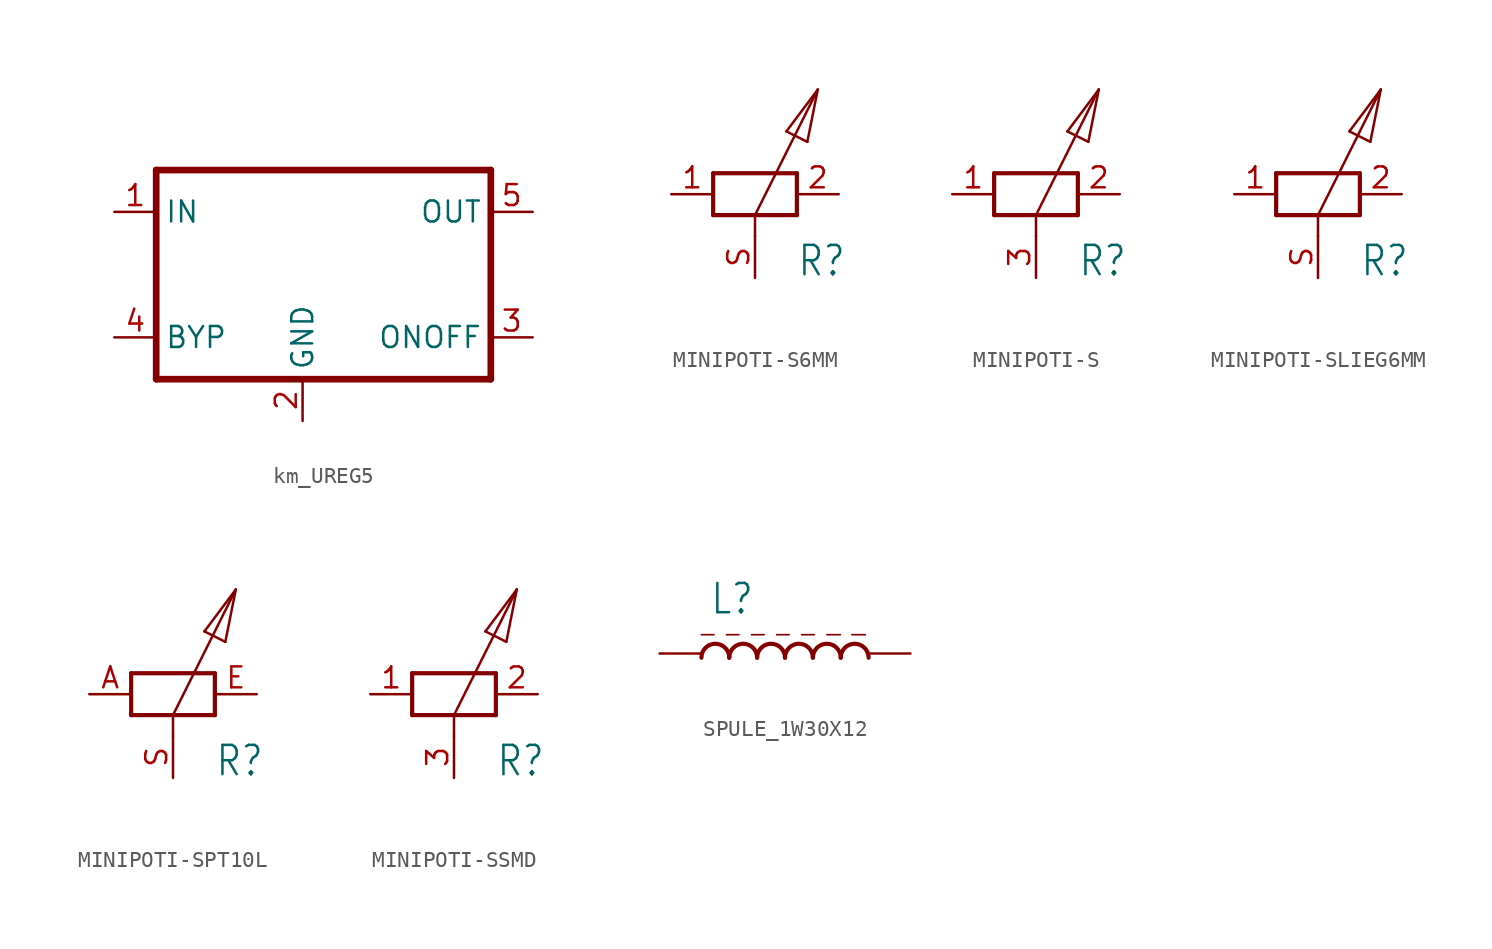
<source format=kicad_sym>
(kicad_symbol_lib
  (version 20231120)
  (generator "kicad_symbol_editor")
  (generator_version "8.0")
  (symbol "km_UREG5"
    (property "Reference" ""
      (at -5.08 8.89 0)
      (effects (font (size 1.778 1.511)) (justify left bottom) (hide yes)))
    (property "Value" ""
      (at -5.08 11.43 0)
      (effects (font (size 1.778 1.511)) (justify left bottom)))
    (property "ki_locked" ""
      (at 0 0 0)
      (effects (font (size 1.27 1.27))))
    (symbol "km_UREG5_1_0"
      (polyline (pts (xy -10.16 -5.08) (xy 10.16 -5.08)) (stroke (width 0.406) (type solid)) (fill (type none)))
      (polyline (pts (xy -10.16 7.62) (xy -10.16 -5.08)) (stroke (width 0.406) (type solid)) (fill (type none)))
      (polyline (pts (xy 10.16 -5.08) (xy 10.16 7.62)) (stroke (width 0.406) (type solid)) (fill (type none)))
      (polyline (pts (xy 10.16 7.62) (xy -10.16 7.62)) (stroke (width 0.406) (type solid)) (fill (type none)))
      (pin input line (at -12.7 5.08 0) (length 2.54) (name "IN" (effects (font (size 1.27 1.27)))) (number "1" (effects (font (size 1.27 1.27)))))
      (pin power_in line (at -1.27 -7.62 90) (length 2.54) (name "GND" (effects (font (size 1.27 1.27)))) (number "2" (effects (font (size 1.27 1.27)))))
      (pin power_in line (at 12.7 -2.54 180) (length 2.54) (name "ONOFF" (effects (font (size 1.27 1.27)))) (number "3" (effects (font (size 1.27 1.27)))))
      (pin power_in line (at -12.7 -2.54 0) (length 2.54) (name "BYP" (effects (font (size 1.27 1.27)))) (number "4" (effects (font (size 1.27 1.27)))))
      (pin output line (at 12.7 5.08 180) (length 2.54) (name "OUT" (effects (font (size 1.27 1.27)))) (number "5" (effects (font (size 1.27 1.27)))))))
  (symbol "MINIPOTI-S6MM"
    (property "Reference" "R"
      (at 2.54 -5.08 0)
      (effects (font (size 1.778 1.511)) (justify left bottom)))
    (property "Value" ""
      (at 2.54 -7.62 0)
      (effects (font (size 1.778 1.511)) (justify left bottom)))
    (property "ki_locked" ""
      (at 0 0 0)
      (effects (font (size 1.27 1.27))))
    (symbol "MINIPOTI-S6MM_1_0"
      (polyline (pts (xy -2.54 -1.27) (xy 0 -1.27)) (stroke (width 0.254) (type solid)) (fill (type none)))
      (polyline (pts (xy -2.54 1.27) (xy -2.54 -1.27)) (stroke (width 0.254) (type solid)) (fill (type none)))
      (polyline (pts (xy 0 -1.27) (xy 0 -2.54)) (stroke (width 0.152) (type solid)) (fill (type none)))
      (polyline (pts (xy 0 -1.27) (xy 2.54 -1.27)) (stroke (width 0.254) (type solid)) (fill (type none)))
      (polyline (pts (xy 0 -1.27) (xy 3.81 6.35)) (stroke (width 0.152) (type solid)) (fill (type none)))
      (polyline (pts (xy 1.905 3.81) (xy 3.81 6.35)) (stroke (width 0.152) (type solid)) (fill (type none)))
      (polyline (pts (xy 2.54 -1.27) (xy 2.54 1.27)) (stroke (width 0.254) (type solid)) (fill (type none)))
      (polyline (pts (xy 2.54 1.27) (xy -2.54 1.27)) (stroke (width 0.254) (type solid)) (fill (type none)))
      (polyline (pts (xy 3.175 3.175) (xy 1.905 3.81)) (stroke (width 0.152) (type solid)) (fill (type none)))
      (polyline (pts (xy 3.81 6.35) (xy 3.175 3.175)) (stroke (width 0.152) (type solid)) (fill (type none)))
      (pin passive line (at -5.08 0 0) (length 2.54) (name "1" (effects (font (size 0 0)))) (number "1" (effects (font (size 1.27 1.27)))))
      (pin passive line (at 5.08 0 180) (length 2.54) (name "2" (effects (font (size 0 0)))) (number "2" (effects (font (size 1.27 1.27)))))
      (pin passive line (at 0 -5.08 90) (length 2.54) (name "3" (effects (font (size 0 0)))) (number "S" (effects (font (size 1.27 1.27)))))))
  (symbol "MINIPOTI-S"
    (property "Reference" "R"
      (at 2.54 -5.08 0)
      (effects (font (size 1.778 1.511)) (justify left bottom)))
    (property "Value" ""
      (at 2.54 -7.62 0)
      (effects (font (size 1.778 1.511)) (justify left bottom)))
    (property "ki_locked" ""
      (at 0 0 0)
      (effects (font (size 1.27 1.27))))
    (symbol "MINIPOTI-S_1_0"
      (polyline (pts (xy -2.54 -1.27) (xy 0 -1.27)) (stroke (width 0.254) (type solid)) (fill (type none)))
      (polyline (pts (xy -2.54 1.27) (xy -2.54 -1.27)) (stroke (width 0.254) (type solid)) (fill (type none)))
      (polyline (pts (xy 0 -1.27) (xy 0 -2.54)) (stroke (width 0.152) (type solid)) (fill (type none)))
      (polyline (pts (xy 0 -1.27) (xy 2.54 -1.27)) (stroke (width 0.254) (type solid)) (fill (type none)))
      (polyline (pts (xy 0 -1.27) (xy 3.81 6.35)) (stroke (width 0.152) (type solid)) (fill (type none)))
      (polyline (pts (xy 1.905 3.81) (xy 3.81 6.35)) (stroke (width 0.152) (type solid)) (fill (type none)))
      (polyline (pts (xy 2.54 -1.27) (xy 2.54 1.27)) (stroke (width 0.254) (type solid)) (fill (type none)))
      (polyline (pts (xy 2.54 1.27) (xy -2.54 1.27)) (stroke (width 0.254) (type solid)) (fill (type none)))
      (polyline (pts (xy 3.175 3.175) (xy 1.905 3.81)) (stroke (width 0.152) (type solid)) (fill (type none)))
      (polyline (pts (xy 3.81 6.35) (xy 3.175 3.175)) (stroke (width 0.152) (type solid)) (fill (type none)))
      (pin passive line (at -5.08 0 0) (length 2.54) (name "1" (effects (font (size 0 0)))) (number "1" (effects (font (size 1.27 1.27)))))
      (pin passive line (at 5.08 0 180) (length 2.54) (name "2" (effects (font (size 0 0)))) (number "2" (effects (font (size 1.27 1.27)))))
      (pin passive line (at 0 -5.08 90) (length 2.54) (name "3" (effects (font (size 0 0)))) (number "3" (effects (font (size 1.27 1.27)))))))
  (symbol "MINIPOTI-SLIEG6MM"
    (property "Reference" "R"
      (at 2.54 -5.08 0)
      (effects (font (size 1.778 1.511)) (justify left bottom)))
    (property "Value" ""
      (at 2.54 -7.62 0)
      (effects (font (size 1.778 1.511)) (justify left bottom)))
    (property "ki_locked" ""
      (at 0 0 0)
      (effects (font (size 1.27 1.27))))
    (symbol "MINIPOTI-SLIEG6MM_1_0"
      (polyline (pts (xy -2.54 -1.27) (xy 0 -1.27)) (stroke (width 0.254) (type solid)) (fill (type none)))
      (polyline (pts (xy -2.54 1.27) (xy -2.54 -1.27)) (stroke (width 0.254) (type solid)) (fill (type none)))
      (polyline (pts (xy 0 -1.27) (xy 0 -2.54)) (stroke (width 0.152) (type solid)) (fill (type none)))
      (polyline (pts (xy 0 -1.27) (xy 2.54 -1.27)) (stroke (width 0.254) (type solid)) (fill (type none)))
      (polyline (pts (xy 0 -1.27) (xy 3.81 6.35)) (stroke (width 0.152) (type solid)) (fill (type none)))
      (polyline (pts (xy 1.905 3.81) (xy 3.81 6.35)) (stroke (width 0.152) (type solid)) (fill (type none)))
      (polyline (pts (xy 2.54 -1.27) (xy 2.54 1.27)) (stroke (width 0.254) (type solid)) (fill (type none)))
      (polyline (pts (xy 2.54 1.27) (xy -2.54 1.27)) (stroke (width 0.254) (type solid)) (fill (type none)))
      (polyline (pts (xy 3.175 3.175) (xy 1.905 3.81)) (stroke (width 0.152) (type solid)) (fill (type none)))
      (polyline (pts (xy 3.81 6.35) (xy 3.175 3.175)) (stroke (width 0.152) (type solid)) (fill (type none)))
      (pin passive line (at -5.08 0 0) (length 2.54) (name "1" (effects (font (size 0 0)))) (number "1" (effects (font (size 1.27 1.27)))))
      (pin passive line (at 5.08 0 180) (length 2.54) (name "2" (effects (font (size 0 0)))) (number "2" (effects (font (size 1.27 1.27)))))
      (pin passive line (at 0 -5.08 90) (length 2.54) (name "3" (effects (font (size 0 0)))) (number "S" (effects (font (size 1.27 1.27)))))))
  (symbol "MINIPOTI-SPT10L"
    (property "Reference" "R"
      (at 2.54 -5.08 0)
      (effects (font (size 1.778 1.511)) (justify left bottom)))
    (property "Value" ""
      (at 2.54 -7.62 0)
      (effects (font (size 1.778 1.511)) (justify left bottom)))
    (property "ki_locked" ""
      (at 0 0 0)
      (effects (font (size 1.27 1.27))))
    (symbol "MINIPOTI-SPT10L_1_0"
      (polyline (pts (xy -2.54 -1.27) (xy 0 -1.27)) (stroke (width 0.254) (type solid)) (fill (type none)))
      (polyline (pts (xy -2.54 1.27) (xy -2.54 -1.27)) (stroke (width 0.254) (type solid)) (fill (type none)))
      (polyline (pts (xy 0 -1.27) (xy 0 -2.54)) (stroke (width 0.152) (type solid)) (fill (type none)))
      (polyline (pts (xy 0 -1.27) (xy 2.54 -1.27)) (stroke (width 0.254) (type solid)) (fill (type none)))
      (polyline (pts (xy 0 -1.27) (xy 3.81 6.35)) (stroke (width 0.152) (type solid)) (fill (type none)))
      (polyline (pts (xy 1.905 3.81) (xy 3.81 6.35)) (stroke (width 0.152) (type solid)) (fill (type none)))
      (polyline (pts (xy 2.54 -1.27) (xy 2.54 1.27)) (stroke (width 0.254) (type solid)) (fill (type none)))
      (polyline (pts (xy 2.54 1.27) (xy -2.54 1.27)) (stroke (width 0.254) (type solid)) (fill (type none)))
      (polyline (pts (xy 3.175 3.175) (xy 1.905 3.81)) (stroke (width 0.152) (type solid)) (fill (type none)))
      (polyline (pts (xy 3.81 6.35) (xy 3.175 3.175)) (stroke (width 0.152) (type solid)) (fill (type none)))
      (pin passive line (at -5.08 0 0) (length 2.54) (name "1" (effects (font (size 0 0)))) (number "A" (effects (font (size 1.27 1.27)))))
      (pin passive line (at 5.08 0 180) (length 2.54) (name "2" (effects (font (size 0 0)))) (number "E" (effects (font (size 1.27 1.27)))))
      (pin passive line (at 0 -5.08 90) (length 2.54) (name "3" (effects (font (size 0 0)))) (number "S" (effects (font (size 1.27 1.27)))))))
  (symbol "MINIPOTI-SSMD"
    (property "Reference" "R"
      (at 2.54 -5.08 0)
      (effects (font (size 1.778 1.511)) (justify left bottom)))
    (property "Value" ""
      (at 2.54 -7.62 0)
      (effects (font (size 1.778 1.511)) (justify left bottom)))
    (property "ki_locked" ""
      (at 0 0 0)
      (effects (font (size 1.27 1.27))))
    (symbol "MINIPOTI-SSMD_1_0"
      (polyline (pts (xy -2.54 -1.27) (xy 0 -1.27)) (stroke (width 0.254) (type solid)) (fill (type none)))
      (polyline (pts (xy -2.54 1.27) (xy -2.54 -1.27)) (stroke (width 0.254) (type solid)) (fill (type none)))
      (polyline (pts (xy 0 -1.27) (xy 0 -2.54)) (stroke (width 0.152) (type solid)) (fill (type none)))
      (polyline (pts (xy 0 -1.27) (xy 2.54 -1.27)) (stroke (width 0.254) (type solid)) (fill (type none)))
      (polyline (pts (xy 0 -1.27) (xy 3.81 6.35)) (stroke (width 0.152) (type solid)) (fill (type none)))
      (polyline (pts (xy 1.905 3.81) (xy 3.81 6.35)) (stroke (width 0.152) (type solid)) (fill (type none)))
      (polyline (pts (xy 2.54 -1.27) (xy 2.54 1.27)) (stroke (width 0.254) (type solid)) (fill (type none)))
      (polyline (pts (xy 2.54 1.27) (xy -2.54 1.27)) (stroke (width 0.254) (type solid)) (fill (type none)))
      (polyline (pts (xy 3.175 3.175) (xy 1.905 3.81)) (stroke (width 0.152) (type solid)) (fill (type none)))
      (polyline (pts (xy 3.81 6.35) (xy 3.175 3.175)) (stroke (width 0.152) (type solid)) (fill (type none)))
      (pin passive line (at -5.08 0 0) (length 2.54) (name "1" (effects (font (size 0 0)))) (number "1" (effects (font (size 1.27 1.27)))))
      (pin passive line (at 5.08 0 180) (length 2.54) (name "2" (effects (font (size 0 0)))) (number "2" (effects (font (size 1.27 1.27)))))
      (pin passive line (at 0 -5.08 90) (length 2.54) (name "3" (effects (font (size 0 0)))) (number "3" (effects (font (size 1.27 1.27)))))))
  (symbol "SPULE_1W30X12"
    (property "Reference" "L"
      (at -4.572 2.286 0)
      (effects (font (size 1.778 1.511)) (justify left bottom)))
    (property "Value" ""
      (at -4.572 -2.794 0)
      (effects (font (size 1.778 1.511)) (justify left bottom)))
    (property "ki_locked" ""
      (at 0 0 0)
      (effects (font (size 1.27 1.27))))
    (symbol "SPULE_1W30X12_1_0"
      (arc (start -3.3866 -0.254) (mid -4.2333 0.5927) (end -5.08 -0.254) (stroke (width 0.254) (type solid)) (fill (type none)))
      (arc (start -1.6934 -0.254) (mid -2.54 0.5926) (end -3.3866 -0.254) (stroke (width 0.254) (type solid)) (fill (type none)))
      (arc (start 0 -0.254) (mid -0.8467 0.5927) (end -1.6934 -0.254) (stroke (width 0.254) (type solid)) (fill (type none)))
      (polyline (pts (xy -5.08 1.143) (xy -4.318 1.143)) (stroke (width 0.102) (type solid)) (fill (type none)))
      (polyline (pts (xy -3.556 1.143) (xy -2.794 1.143)) (stroke (width 0.102) (type solid)) (fill (type none)))
      (polyline (pts (xy -2.032 1.143) (xy -1.27 1.143)) (stroke (width 0.102) (type solid)) (fill (type none)))
      (polyline (pts (xy -0.508 1.143) (xy 0.254 1.143)) (stroke (width 0.102) (type solid)) (fill (type none)))
      (polyline (pts (xy 1.016 1.143) (xy 1.778 1.143)) (stroke (width 0.102) (type solid)) (fill (type none)))
      (polyline (pts (xy 2.54 1.143) (xy 3.356 1.143)) (stroke (width 0.102) (type solid)) (fill (type none)))
      (polyline (pts (xy 4.064 1.143) (xy 4.88 1.143)) (stroke (width 0.102) (type solid)) (fill (type none)))
      (arc (start 1.6934 -0.254) (mid 0.8467 0.5927) (end 0 -0.254) (stroke (width 0.254) (type solid)) (fill (type none)))
      (arc (start 3.3866 -0.254) (mid 2.5399 0.5927) (end 1.6932 -0.254) (stroke (width 0.254) (type solid)) (fill (type none)))
      (arc (start 5.08 -0.254) (mid 4.2333 0.5927) (end 3.3866 -0.254) (stroke (width 0.254) (type solid)) (fill (type none)))
      (pin passive line (at 7.62 0 180) (length 2.54) (name "1" (effects (font (size 0 0)))) (number "P$1" (effects (font (size 0 0)))))
      (pin passive line (at -7.62 0 0) (length 2.54) (name "2" (effects (font (size 0 0)))) (number "P$2" (effects (font (size 0 0))))))))
</source>
